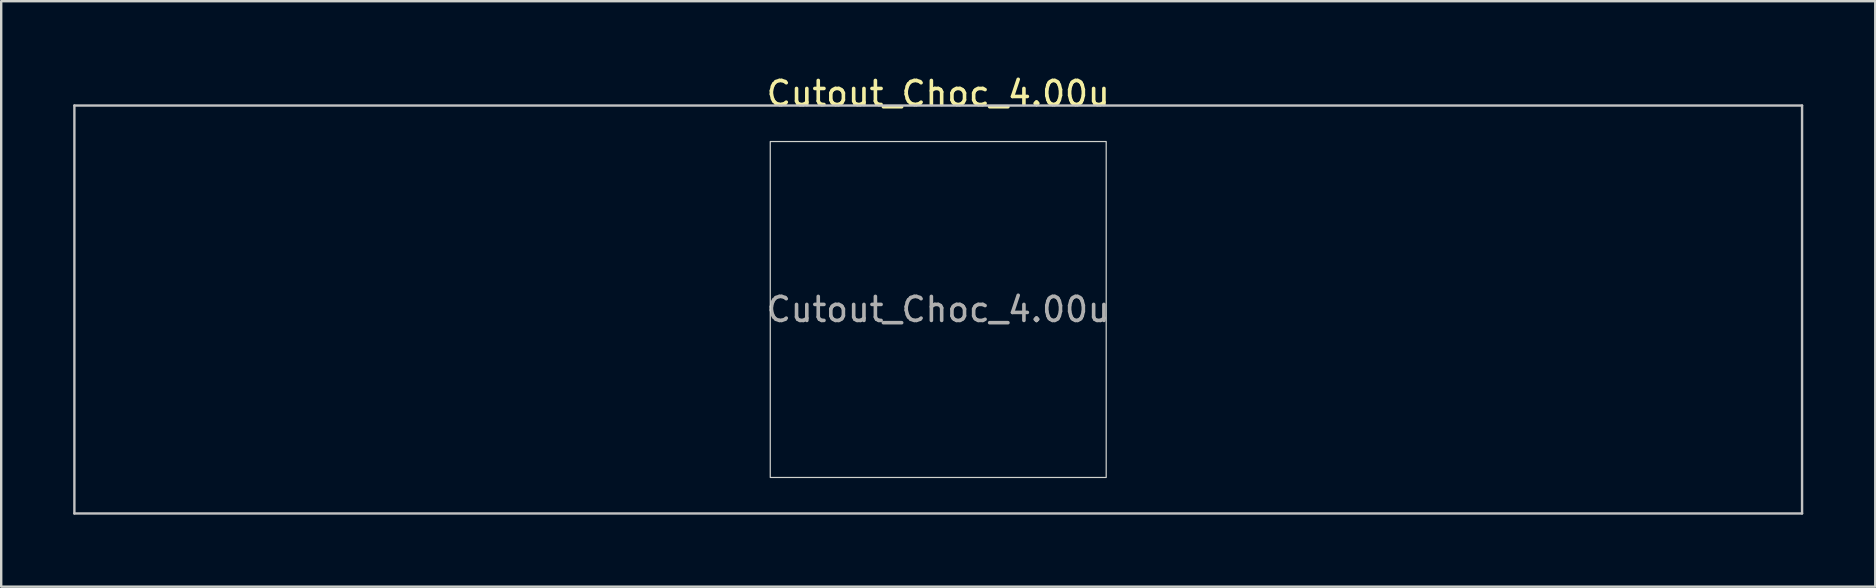
<source format=kicad_pcb>
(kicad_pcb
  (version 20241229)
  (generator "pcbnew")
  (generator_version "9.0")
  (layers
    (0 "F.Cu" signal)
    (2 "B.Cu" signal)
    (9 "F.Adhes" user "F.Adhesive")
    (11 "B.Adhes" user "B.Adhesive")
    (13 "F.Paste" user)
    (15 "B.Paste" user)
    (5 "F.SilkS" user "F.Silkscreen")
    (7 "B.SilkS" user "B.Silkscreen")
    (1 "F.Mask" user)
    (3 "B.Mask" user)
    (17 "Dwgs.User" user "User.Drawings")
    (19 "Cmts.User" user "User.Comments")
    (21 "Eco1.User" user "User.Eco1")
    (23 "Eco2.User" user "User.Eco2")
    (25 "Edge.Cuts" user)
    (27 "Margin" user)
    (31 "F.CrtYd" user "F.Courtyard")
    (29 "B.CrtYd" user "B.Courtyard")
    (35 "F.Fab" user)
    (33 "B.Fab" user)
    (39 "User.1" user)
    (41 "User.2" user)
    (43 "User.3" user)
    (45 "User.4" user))
  (footprint "Cutout_Choc_4.00u"
    (layer "F.Cu")
    (at 36.05 9.848)
    (property "Reference" "Cutout_Choc_4.00u" (at 0 -9 0) (layer "F.SilkS") (effects (font (size 1 1) (thickness 0.15))))
    (attr through_hole)
    (fp_line (start -36 -8.5) (end -36 8.5) (stroke (width 0.1) (type solid)) (layer "Dwgs.User"))
    (fp_line (start -36 8.5) (end 36 8.5) (stroke (width 0.1) (type solid)) (layer "Dwgs.User"))
    (fp_line (start 36 -8.5) (end -36 -8.5) (stroke (width 0.1) (type solid)) (layer "Dwgs.User"))
    (fp_line (start 36 8.5) (end 36 -8.5) (stroke (width 0.1) (type solid)) (layer "Dwgs.User"))
    (fp_rect (start -7 -7) (end 7 7) (stroke (width 0.05) (type default)) (fill no) (layer "Edge.Cuts"))
    (fp_text user "${REFERENCE}" (at 0 0 0) (layer "F.Fab") (effects (font (size 1 1) (thickness 0.15)))))
  (gr_rect
    (start -3 -3)
    (end 75.1 21.398)
    (stroke (width 0.1) (type default))
    (fill no)
    (layer "Edge.Cuts")))
</source>
